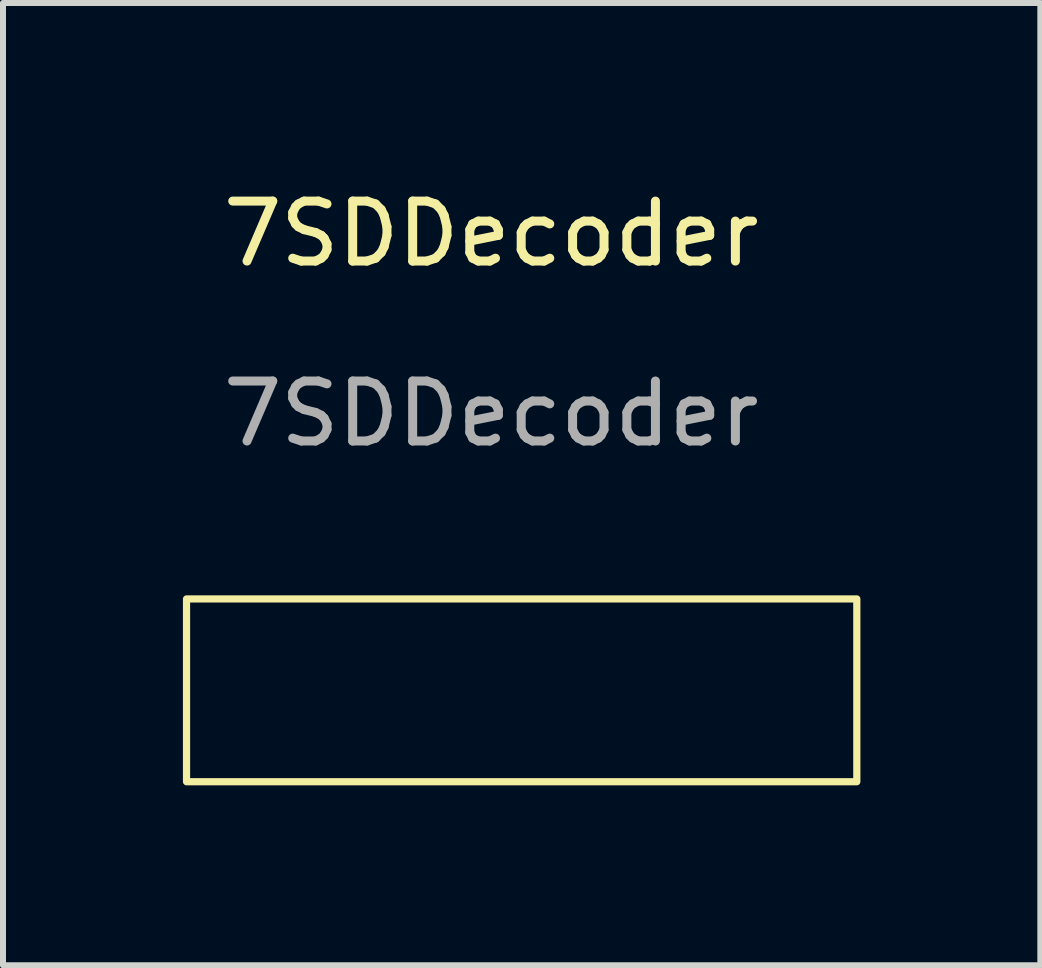
<source format=kicad_pcb>
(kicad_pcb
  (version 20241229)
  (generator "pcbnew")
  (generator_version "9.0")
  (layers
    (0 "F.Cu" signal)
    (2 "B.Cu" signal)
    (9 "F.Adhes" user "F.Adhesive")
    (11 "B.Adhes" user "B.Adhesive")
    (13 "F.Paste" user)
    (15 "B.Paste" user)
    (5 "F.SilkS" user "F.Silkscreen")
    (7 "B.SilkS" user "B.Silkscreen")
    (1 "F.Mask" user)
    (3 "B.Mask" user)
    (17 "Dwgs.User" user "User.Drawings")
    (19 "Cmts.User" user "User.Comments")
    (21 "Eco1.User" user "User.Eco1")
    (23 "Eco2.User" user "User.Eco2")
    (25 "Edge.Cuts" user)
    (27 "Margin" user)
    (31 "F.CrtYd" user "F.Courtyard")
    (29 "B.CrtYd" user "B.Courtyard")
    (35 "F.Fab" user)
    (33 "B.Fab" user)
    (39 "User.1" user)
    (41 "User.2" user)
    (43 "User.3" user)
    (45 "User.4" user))
  (footprint "7SDDecoder"
    (layer "F.Cu")
    (at 5.14 1.348)
    (property "Reference" "7SDDecoder" (at 0 -0.5 0) (unlocked yes) (layer "F.SilkS") (effects (font (size 1 1) (thickness 0.15))))
    (attr smd)
    (fp_rect (start -5.08 5.588) (end 6.096 8.636) (stroke (width 0.12) (type solid)) (fill no) (layer "F.SilkS"))
    (fp_text user "${REFERENCE}" (at 0 2.5 0) (unlocked yes) (layer "F.Fab") (effects (font (size 1 1) (thickness 0.15)))))
  (gr_rect
    (start -3 -3)
    (end 14.296 13.044)
    (stroke (width 0.1) (type default))
    (fill no)
    (layer "Edge.Cuts")))
</source>
